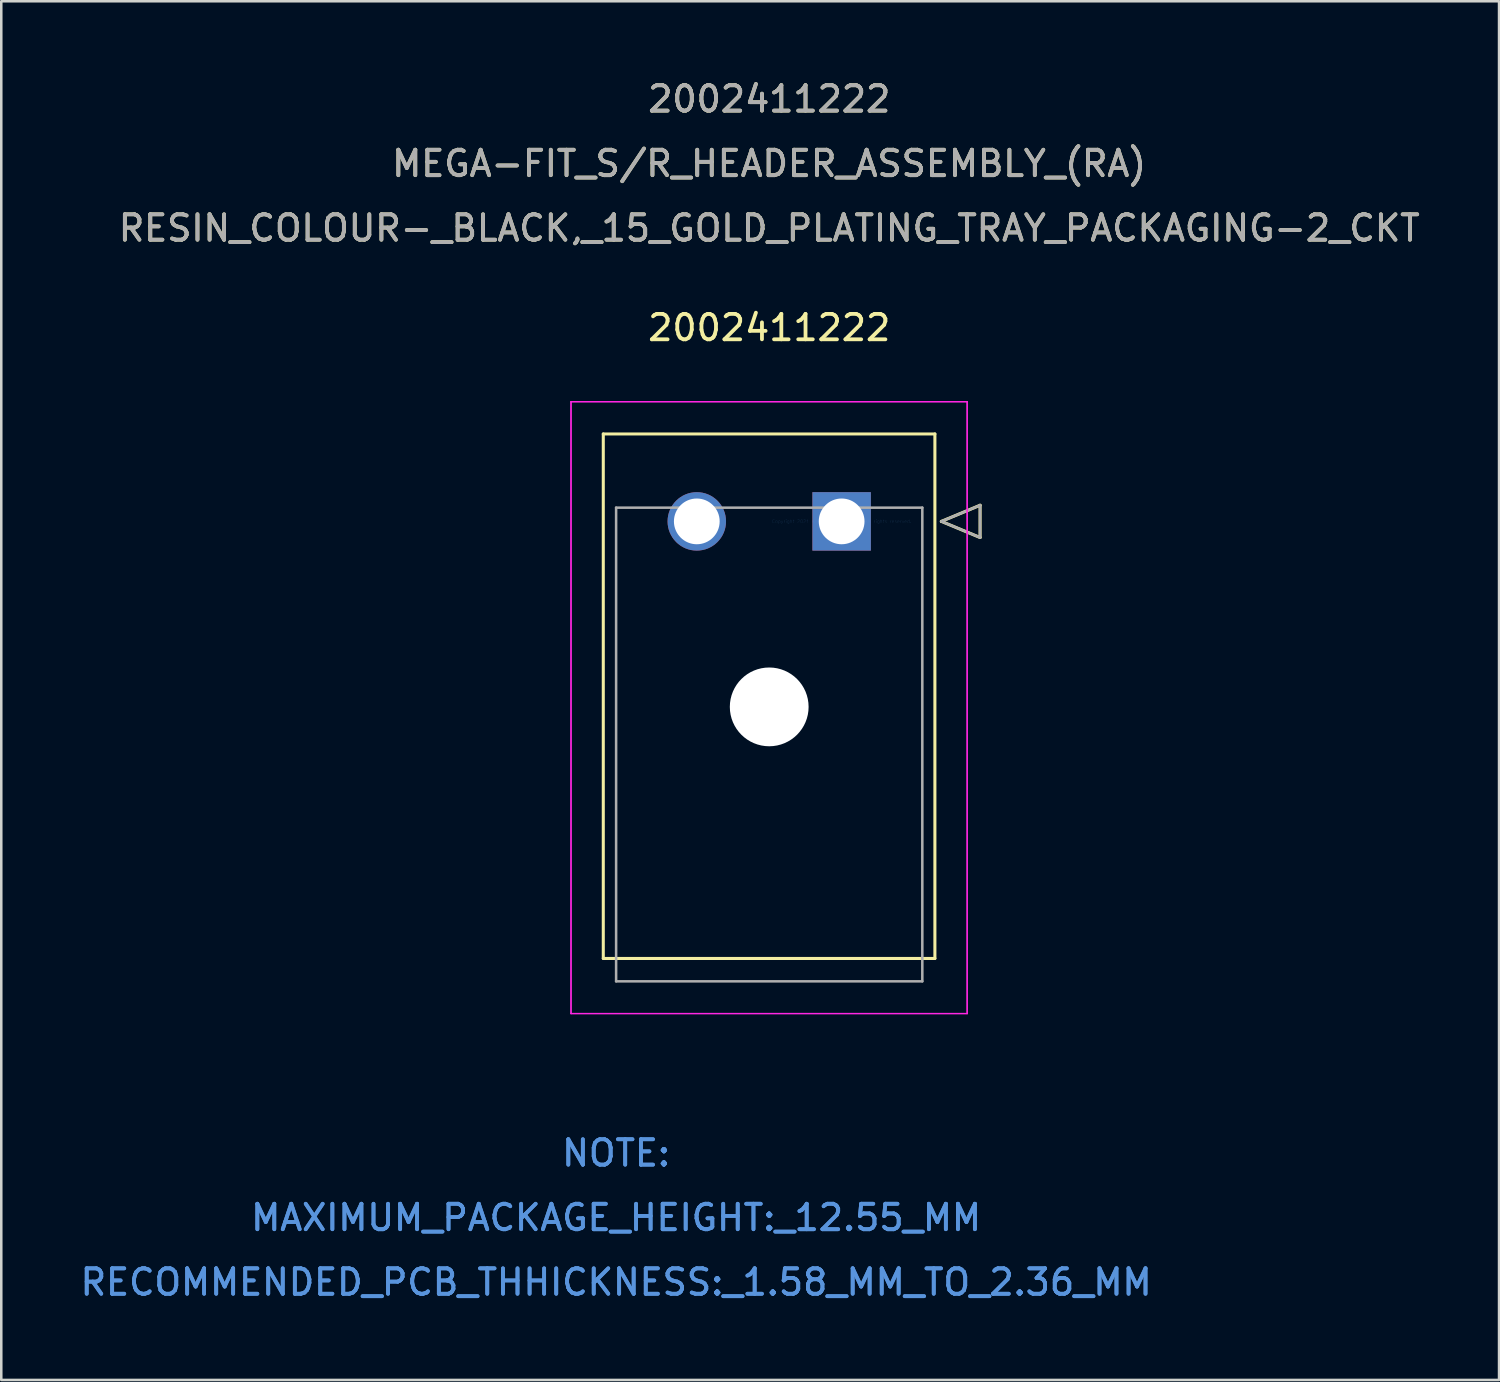
<source format=kicad_pcb>
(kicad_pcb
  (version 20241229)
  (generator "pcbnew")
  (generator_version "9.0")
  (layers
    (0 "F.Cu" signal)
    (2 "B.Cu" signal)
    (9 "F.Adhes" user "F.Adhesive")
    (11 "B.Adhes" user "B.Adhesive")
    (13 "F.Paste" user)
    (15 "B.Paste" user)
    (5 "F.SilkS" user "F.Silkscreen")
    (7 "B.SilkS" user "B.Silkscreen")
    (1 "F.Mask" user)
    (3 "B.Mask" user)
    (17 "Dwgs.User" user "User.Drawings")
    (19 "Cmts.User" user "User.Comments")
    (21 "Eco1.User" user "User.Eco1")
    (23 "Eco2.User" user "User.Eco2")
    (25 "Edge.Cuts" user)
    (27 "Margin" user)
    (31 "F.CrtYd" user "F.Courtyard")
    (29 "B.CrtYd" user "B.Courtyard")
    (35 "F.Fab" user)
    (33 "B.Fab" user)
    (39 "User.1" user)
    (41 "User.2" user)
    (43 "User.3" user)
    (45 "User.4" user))
  (footprint "2002411222"
    (layer "F.Cu")
    (at 30.071 17.468)
    (property "Reference" "2002411222" (at -2.85 -7.62 0) (layer "F.SilkS") (effects (font (size 1 1) (thickness 0.15))))
    (attr through_hole)
    (fp_line (start -9.38 -3.44) (end -9.38 17.2) (stroke (width 0.12) (type solid)) (layer "F.SilkS"))
    (fp_line (start -9.38 17.2) (end 3.67 17.2) (stroke (width 0.12) (type solid)) (layer "F.SilkS"))
    (fp_line (start 3.67 -3.44) (end -9.38 -3.44) (stroke (width 0.12) (type solid)) (layer "F.SilkS"))
    (fp_line (start 3.67 17.2) (end 3.67 -3.44) (stroke (width 0.12) (type solid)) (layer "F.SilkS"))
    (fp_line (start 3.924 0) (end 5.448 -0.635) (stroke (width 0.12) (type solid)) (layer "F.SilkS"))
    (fp_line (start 5.448 -0.635) (end 5.448 0.635) (stroke (width 0.12) (type solid)) (layer "F.SilkS"))
    (fp_line (start 5.448 0.635) (end 3.924 0) (stroke (width 0.12) (type solid)) (layer "F.SilkS"))
    (fp_line (start -10.65 -4.71) (end -10.65 19.37) (stroke (width 0.05) (type solid)) (layer "F.CrtYd"))
    (fp_line (start -10.65 -4.71) (end -10.65 19.37) (stroke (width 0.05) (type solid)) (layer "F.CrtYd"))
    (fp_line (start -10.65 19.37) (end 4.94 19.37) (stroke (width 0.05) (type solid)) (layer "F.CrtYd"))
    (fp_line (start -10.65 19.37) (end 4.94 19.37) (stroke (width 0.05) (type solid)) (layer "F.CrtYd"))
    (fp_line (start 4.94 -4.71) (end -10.65 -4.71) (stroke (width 0.05) (type solid)) (layer "F.CrtYd"))
    (fp_line (start 4.94 -4.71) (end -10.65 -4.71) (stroke (width 0.05) (type solid)) (layer "F.CrtYd"))
    (fp_line (start 4.94 19.37) (end 4.94 -4.71) (stroke (width 0.05) (type solid)) (layer "F.CrtYd"))
    (fp_line (start 4.94 19.37) (end 4.94 -4.71) (stroke (width 0.05) (type solid)) (layer "F.CrtYd"))
    (fp_line (start -8.875 -0.54) (end -8.875 18.1) (stroke (width 0.1) (type solid)) (layer "F.Fab"))
    (fp_line (start -8.875 18.1) (end 3.175 18.1) (stroke (width 0.1) (type solid)) (layer "F.Fab"))
    (fp_line (start 3.175 -0.54) (end -8.875 -0.54) (stroke (width 0.1) (type solid)) (layer "F.Fab"))
    (fp_line (start 3.175 18.1) (end 3.175 -0.54) (stroke (width 0.1) (type solid)) (layer "F.Fab"))
    (fp_line (start 3.924 0) (end 5.448 -0.635) (stroke (width 0.1) (type solid)) (layer "F.Fab"))
    (fp_line (start 5.448 -0.635) (end 5.448 0.635) (stroke (width 0.1) (type solid)) (layer "F.Fab"))
    (fp_line (start 5.448 0.635) (end 3.924 0) (stroke (width 0.1) (type solid)) (layer "F.Fab"))
    (fp_text user "2002411222" (at -2.85 -16.62 0) (layer "F.SilkS") (effects (font (size 1 1) (thickness 0.15))))
    (fp_text user "RESIN_COLOUR-_BLACK,_15_GOLD_PLATING_TRAY_PACKAGING-2_CKT" (at -2.85 -11.54 0) (layer "F.SilkS") (effects (font (size 1 1) (thickness 0.15))))
    (fp_text user "MEGA-FIT_S/R_HEADER_ASSEMBLY_(RA)" (at -2.85 -14.08 0) (layer "F.SilkS") (effects (font (size 1 1) (thickness 0.15))))
    (fp_text user "*" (at 0 0 0) (layer "F.SilkS") (effects (font (size 1 1) (thickness 0.15))))
    (fp_text user "Copyright 2021 Accelerated Designs. All rights reserved." (at 0 0 0) (layer "Cmts.User") (effects (font (size 0.127 0.127) (thickness 0.002))))
    (fp_text user "RECOMMENDED_PCB_THHICKNESS:_1.58_MM_TO_2.36_MM" (at -8.875 29.94 0) (layer "Cmts.User") (effects (font (size 1 1) (thickness 0.15))))
    (fp_text user "NOTE:" (at -8.875 24.86 0) (layer "Cmts.User") (effects (font (size 1 1) (thickness 0.15))))
    (fp_text user "MAXIMUM_PACKAGE_HEIGHT:_12.55_MM" (at -8.875 27.4 0) (layer "Cmts.User") (effects (font (size 1 1) (thickness 0.15))))
    (fp_text user "RECOMMENDED_PCB_THHICKNESS:_1.58_MM_TO_2.36_MM" (at -8.875 29.94 0) (layer "Cmts.User") (effects (font (size 1 1) (thickness 0.15))))
    (fp_text user "MAXIMUM_PACKAGE_HEIGHT:_12.55_MM" (at -8.875 27.4 0) (layer "Cmts.User") (effects (font (size 1 1) (thickness 0.15))))
    (fp_text user "NOTE:" (at -8.875 24.86 0) (layer "Cmts.User") (effects (font (size 1 1) (thickness 0.15))))
    (fp_text user "2002411222" (at -2.85 -16.62 0) (layer "F.Fab") (effects (font (size 1 1) (thickness 0.15))))
    (fp_text user "MEGA-FIT_S/R_HEADER_ASSEMBLY_(RA)" (at -2.85 -14.08 0) (layer "F.Fab") (effects (font (size 1 1) (thickness 0.15))))
    (fp_text user "RESIN_COLOUR-_BLACK,_15_GOLD_PLATING_TRAY_PACKAGING-2_CKT" (at -2.85 -11.54 0) (layer "F.Fab") (effects (font (size 1 1) (thickness 0.15))))
    (fp_text user "*" (at 0 0 0) (layer "F.Fab") (effects (font (size 1 1) (thickness 0.15))))
    (pad "" np_thru_hole circle (at -2.85 7.3) (size 3.1 3.1) (drill 3.1) (layers "*.Cu" "*.Mask"))
    (pad "1" thru_hole rect (at 0 0) (size 2.3 2.3) (drill 1.8) (layers "*.Cu" "*.Mask"))
    (pad "2" thru_hole circle (at -5.7 0) (size 2.3 2.3) (drill 1.8) (layers "*.Cu" "*.Mask")))
  (gr_rect
    (start -3 -3)
    (end 55.942 51.256)
    (stroke (width 0.1) (type default))
    (fill no)
    (layer "Edge.Cuts")))
</source>
